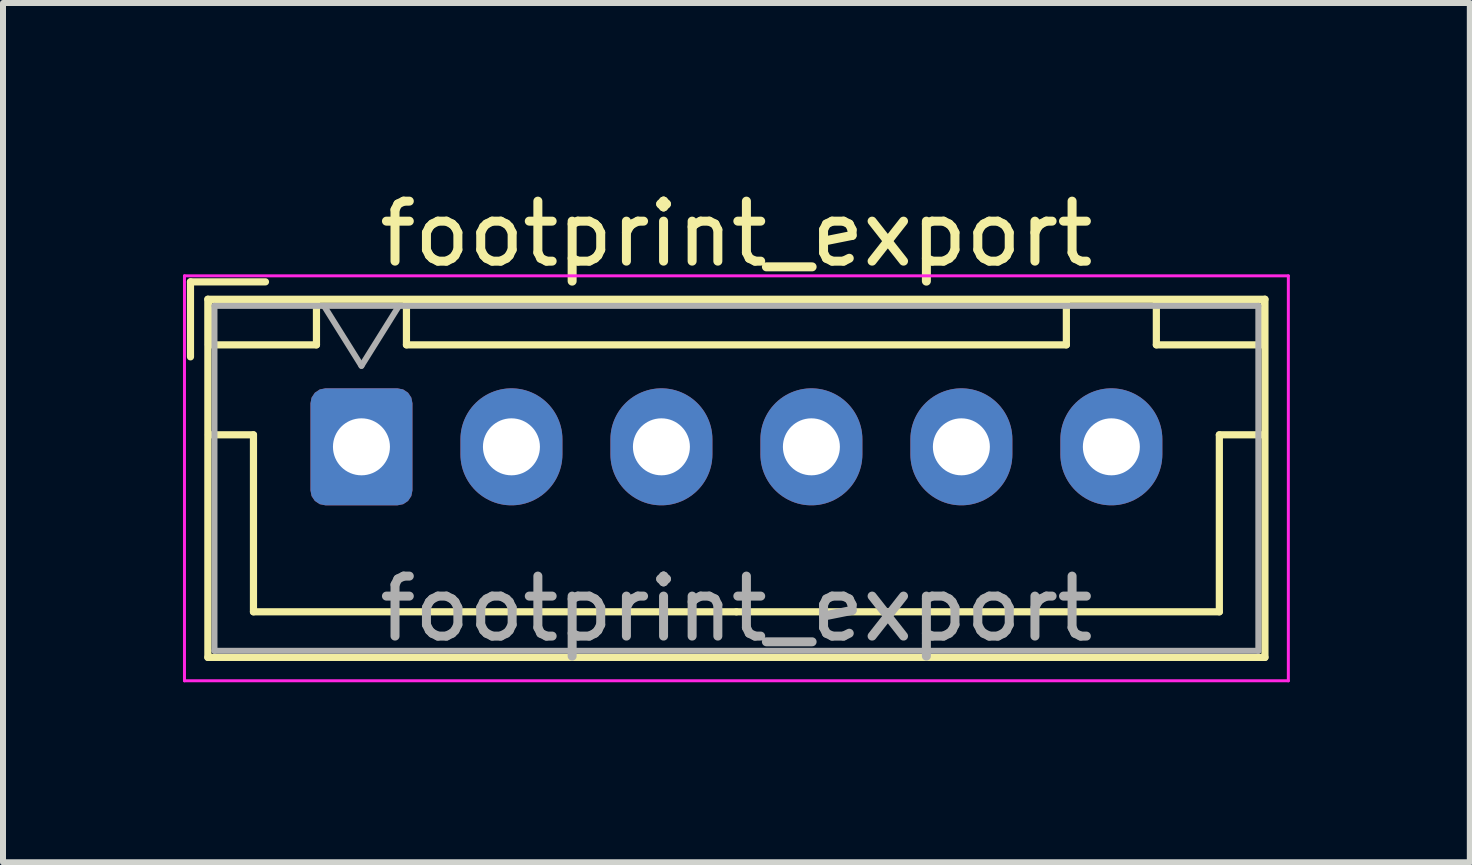
<source format=kicad_pcb>
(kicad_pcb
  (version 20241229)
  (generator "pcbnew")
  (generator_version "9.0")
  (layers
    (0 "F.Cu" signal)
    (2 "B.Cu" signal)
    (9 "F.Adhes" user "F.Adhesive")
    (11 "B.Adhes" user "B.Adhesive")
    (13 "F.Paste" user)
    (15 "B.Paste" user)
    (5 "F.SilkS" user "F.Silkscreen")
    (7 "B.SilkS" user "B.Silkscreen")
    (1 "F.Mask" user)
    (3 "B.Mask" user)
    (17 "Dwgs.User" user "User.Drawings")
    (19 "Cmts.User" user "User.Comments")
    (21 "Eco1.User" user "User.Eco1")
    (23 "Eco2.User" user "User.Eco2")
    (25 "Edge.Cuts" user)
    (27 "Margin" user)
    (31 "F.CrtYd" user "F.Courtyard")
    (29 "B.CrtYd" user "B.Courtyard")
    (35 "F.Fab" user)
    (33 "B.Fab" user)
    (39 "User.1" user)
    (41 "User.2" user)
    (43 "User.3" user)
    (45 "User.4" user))
  (footprint "footprint_export"
    (layer "F.Cu")
    (at 2.975 4.398)
    (property "Reference" "footprint_export" (at 6.25 -3.55 0) (layer "F.SilkS") (effects (font (size 1 1) (thickness 0.15))))
    (attr through_hole)
    (fp_line (start -2.85 -2.75) (end -2.85 -1.5) (stroke (width 0.12) (type solid)) (layer "F.SilkS"))
    (fp_line (start -2.56 -2.46) (end -2.56 3.51) (stroke (width 0.12) (type solid)) (layer "F.SilkS"))
    (fp_line (start -2.56 3.51) (end 15.06 3.51) (stroke (width 0.12) (type solid)) (layer "F.SilkS"))
    (fp_line (start -2.55 -2.45) (end -2.55 -1.7) (stroke (width 0.12) (type solid)) (layer "F.SilkS"))
    (fp_line (start -2.55 -1.7) (end -0.75 -1.7) (stroke (width 0.12) (type solid)) (layer "F.SilkS"))
    (fp_line (start -2.55 -0.2) (end -1.8 -0.2) (stroke (width 0.12) (type solid)) (layer "F.SilkS"))
    (fp_line (start -1.8 -0.2) (end -1.8 2.75) (stroke (width 0.12) (type solid)) (layer "F.SilkS"))
    (fp_line (start -1.8 2.75) (end 6.25 2.75) (stroke (width 0.12) (type solid)) (layer "F.SilkS"))
    (fp_line (start -1.6 -2.75) (end -2.85 -2.75) (stroke (width 0.12) (type solid)) (layer "F.SilkS"))
    (fp_line (start -0.75 -2.45) (end -2.55 -2.45) (stroke (width 0.12) (type solid)) (layer "F.SilkS"))
    (fp_line (start -0.75 -1.7) (end -0.75 -2.45) (stroke (width 0.12) (type solid)) (layer "F.SilkS"))
    (fp_line (start 0.75 -2.45) (end 0.75 -1.7) (stroke (width 0.12) (type solid)) (layer "F.SilkS"))
    (fp_line (start 0.75 -1.7) (end 11.75 -1.7) (stroke (width 0.12) (type solid)) (layer "F.SilkS"))
    (fp_line (start 11.75 -2.45) (end 0.75 -2.45) (stroke (width 0.12) (type solid)) (layer "F.SilkS"))
    (fp_line (start 11.75 -1.7) (end 11.75 -2.45) (stroke (width 0.12) (type solid)) (layer "F.SilkS"))
    (fp_line (start 13.25 -2.45) (end 13.25 -1.7) (stroke (width 0.12) (type solid)) (layer "F.SilkS"))
    (fp_line (start 13.25 -1.7) (end 15.05 -1.7) (stroke (width 0.12) (type solid)) (layer "F.SilkS"))
    (fp_line (start 14.3 -0.2) (end 14.3 2.75) (stroke (width 0.12) (type solid)) (layer "F.SilkS"))
    (fp_line (start 14.3 2.75) (end 6.25 2.75) (stroke (width 0.12) (type solid)) (layer "F.SilkS"))
    (fp_line (start 15.05 -2.45) (end 13.25 -2.45) (stroke (width 0.12) (type solid)) (layer "F.SilkS"))
    (fp_line (start 15.05 -1.7) (end 15.05 -2.45) (stroke (width 0.12) (type solid)) (layer "F.SilkS"))
    (fp_line (start 15.05 -0.2) (end 14.3 -0.2) (stroke (width 0.12) (type solid)) (layer "F.SilkS"))
    (fp_line (start 15.06 -2.46) (end -2.56 -2.46) (stroke (width 0.12) (type solid)) (layer "F.SilkS"))
    (fp_line (start 15.06 3.51) (end 15.06 -2.46) (stroke (width 0.12) (type solid)) (layer "F.SilkS"))
    (fp_line (start -2.95 -2.85) (end -2.95 3.9) (stroke (width 0.05) (type solid)) (layer "F.CrtYd"))
    (fp_line (start -2.95 3.9) (end 15.45 3.9) (stroke (width 0.05) (type solid)) (layer "F.CrtYd"))
    (fp_line (start 15.45 -2.85) (end -2.95 -2.85) (stroke (width 0.05) (type solid)) (layer "F.CrtYd"))
    (fp_line (start 15.45 3.9) (end 15.45 -2.85) (stroke (width 0.05) (type solid)) (layer "F.CrtYd"))
    (fp_line (start -2.45 -2.35) (end -2.45 3.4) (stroke (width 0.1) (type solid)) (layer "F.Fab"))
    (fp_line (start -2.45 3.4) (end 14.95 3.4) (stroke (width 0.1) (type solid)) (layer "F.Fab"))
    (fp_line (start -0.625 -2.35) (end 0 -1.35) (stroke (width 0.1) (type solid)) (layer "F.Fab"))
    (fp_line (start 0 -1.35) (end 0.625 -2.35) (stroke (width 0.1) (type solid)) (layer "F.Fab"))
    (fp_line (start 14.95 -2.35) (end -2.45 -2.35) (stroke (width 0.1) (type solid)) (layer "F.Fab"))
    (fp_line (start 14.95 3.4) (end 14.95 -2.35) (stroke (width 0.1) (type solid)) (layer "F.Fab"))
    (fp_text user "${REFERENCE}" (at 6.25 2.7 0) (layer "F.Fab") (effects (font (size 1 1) (thickness 0.15))))
    (pad "1" thru_hole roundrect (at 0 0) (size 1.7 1.95) (drill 0.95) (layers "*.Cu" "*.Mask") (roundrect_rratio 0.147))
    (pad "2" thru_hole oval (at 2.5 0) (size 1.7 1.95) (drill 0.95) (layers "*.Cu" "*.Mask"))
    (pad "3" thru_hole oval (at 5 0) (size 1.7 1.95) (drill 0.95) (layers "*.Cu" "*.Mask"))
    (pad "4" thru_hole oval (at 7.5 0) (size 1.7 1.95) (drill 0.95) (layers "*.Cu" "*.Mask"))
    (pad "5" thru_hole oval (at 10 0) (size 1.7 1.95) (drill 0.95) (layers "*.Cu" "*.Mask"))
    (pad "6" thru_hole oval (at 12.5 0) (size 1.7 1.95) (drill 0.95) (layers "*.Cu" "*.Mask")))
  (gr_rect
    (start -3 -3)
    (end 21.45 11.323)
    (stroke (width 0.1) (type default))
    (fill no)
    (layer "Edge.Cuts")))
</source>
